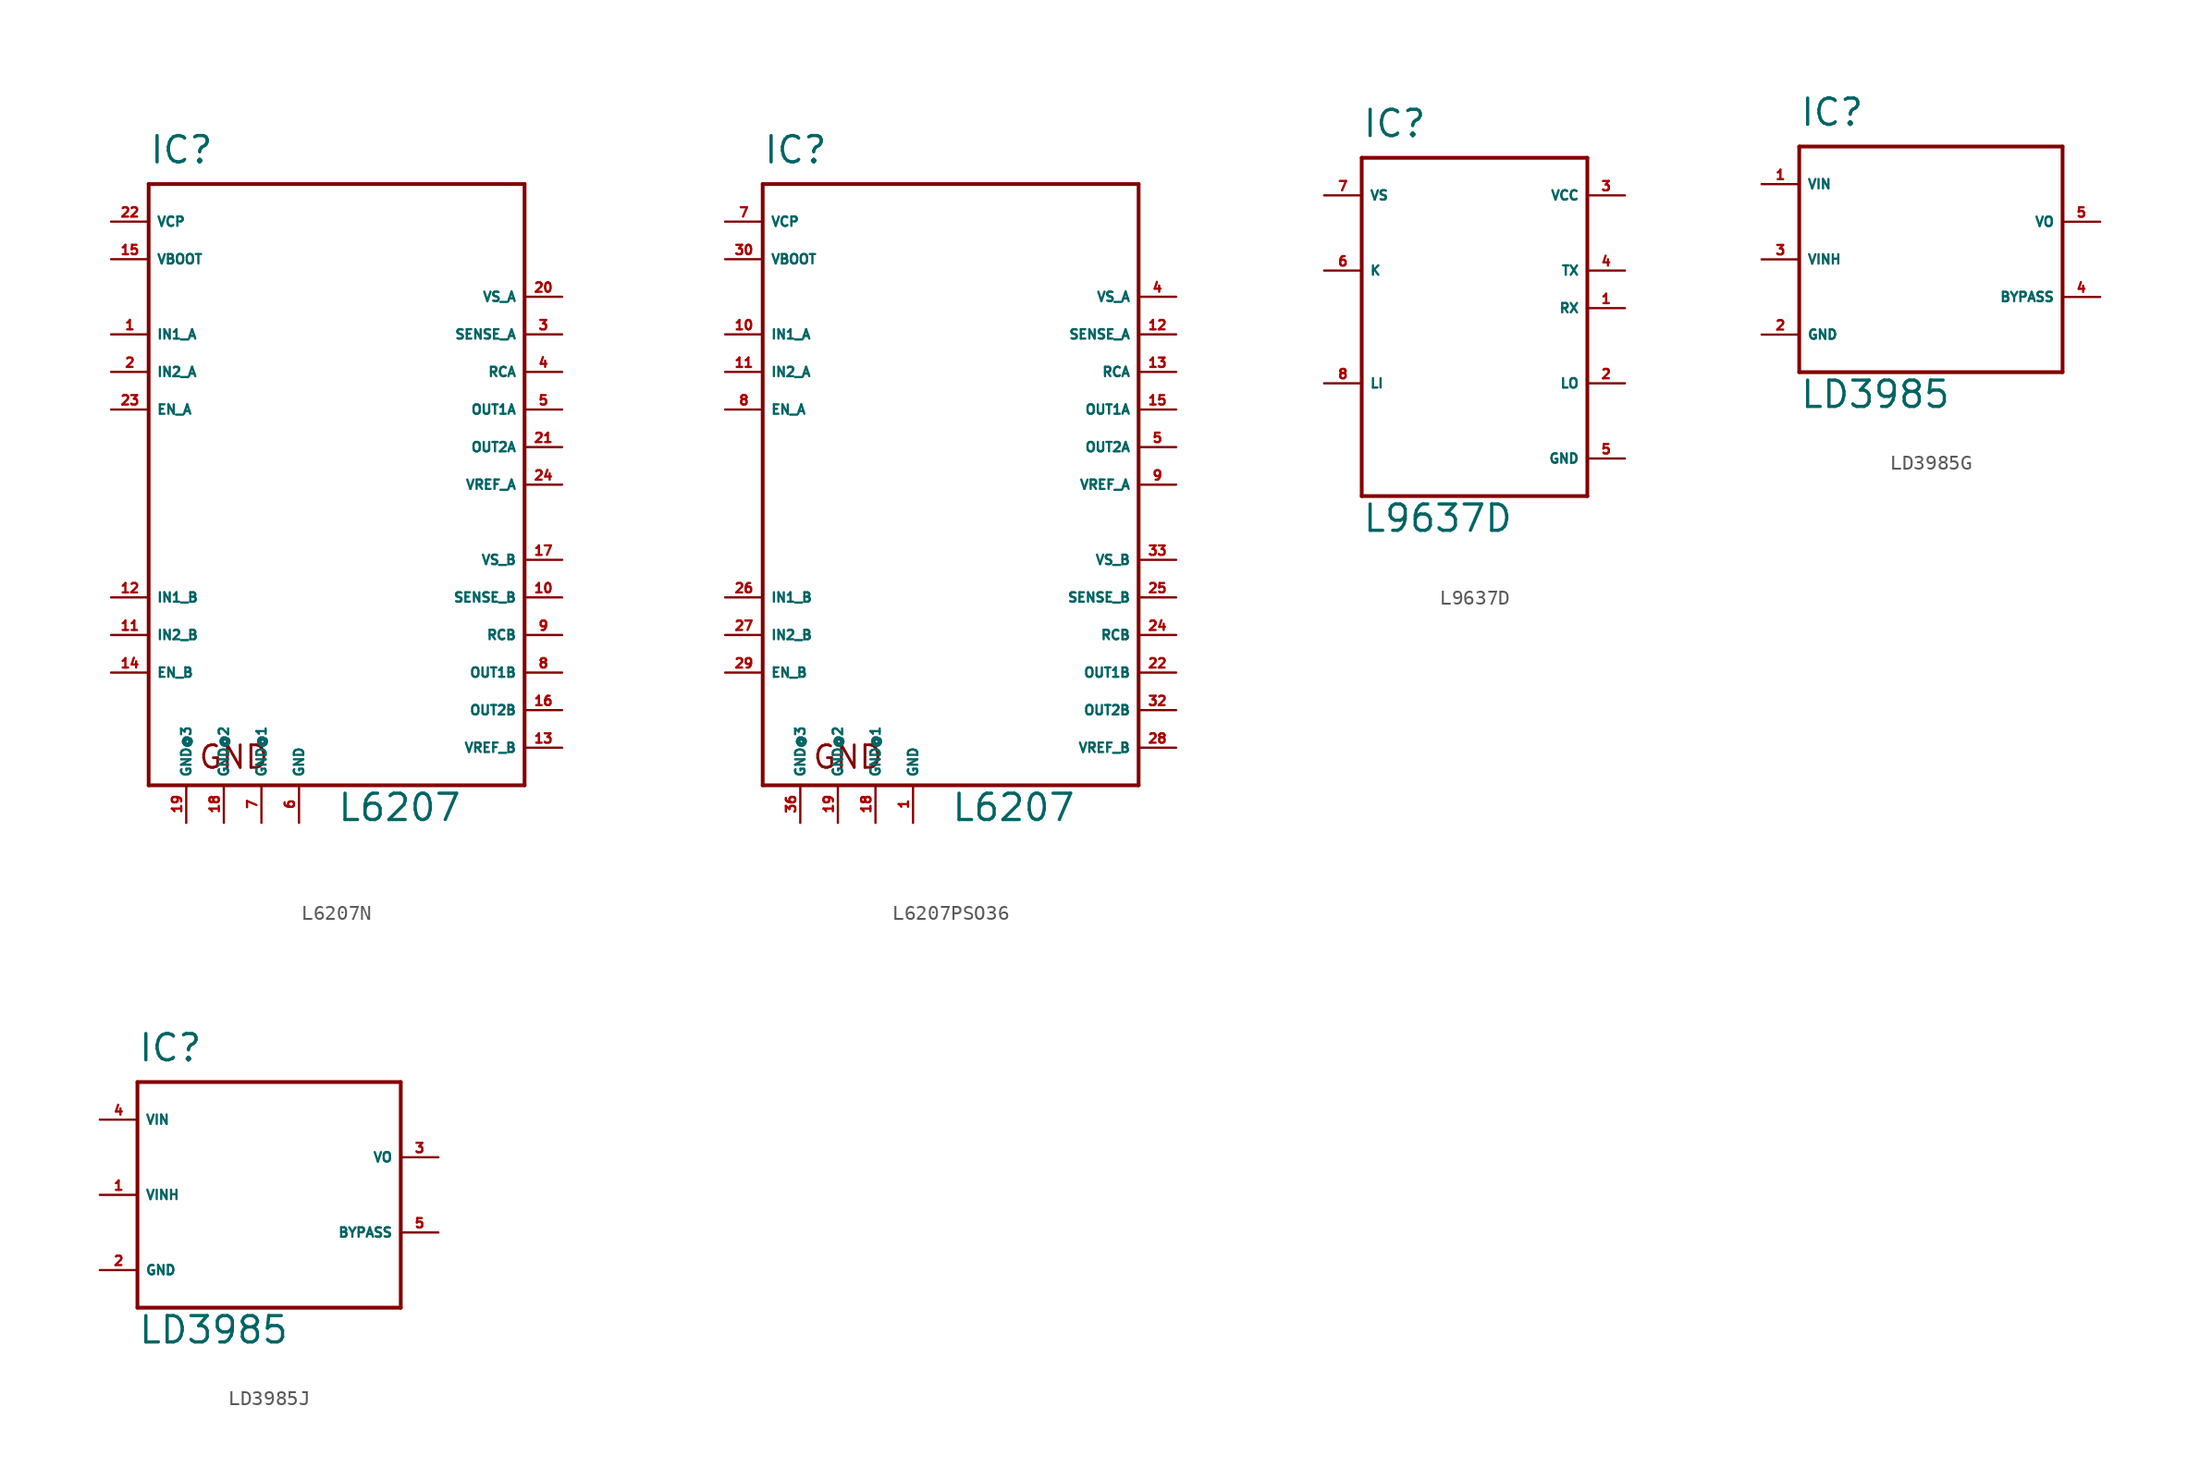
<source format=kicad_sym>
(kicad_symbol_lib
  (version 20220914)
  (generator Eagle2Kicad)
  (symbol "L6207N"
    (property "Reference" "IC"
      (at -12.7 21.59 0)
      (effects (font (size 1.778 1.778) (thickness 0.22)) (justify left bottom)))
    (property "Value" "L6207"
      (at 0 -22.86 0)
      (effects (font (size 1.778 1.778) (thickness 0.22)) (justify left bottom)))
    (polyline
      (pts (xy -12.7 20.32) (xy 12.7 20.32))
      (stroke (width 0.254) (type default))
      (fill (type none)))
    (polyline
      (pts (xy 12.7 20.32) (xy 12.7 -20.32))
      (stroke (width 0.254) (type default))
      (fill (type none)))
    (polyline
      (pts (xy 12.7 -20.32) (xy -12.7 -20.32))
      (stroke (width 0.254) (type default))
      (fill (type none)))
    (polyline
      (pts (xy -12.7 -20.32) (xy -12.7 20.32))
      (stroke (width 0.254) (type default))
      (fill (type none)))
    (text "GND"
      (at -9.398 -19.304 0)
      (effects (font (size 1.524 1.524) (thickness 0.19)) (justify left bottom)))
    (pin output line
      (at 15.24 2.54 180)
      (length 2.54)
      (name "OUT2A" (effects (font (size 0.635 0.635) (thickness 0.08)) (justify left bottom)))
      (number "21" (effects (font (size 0.635 0.635) (thickness 0.08)) (justify left bottom))))
    (pin unspecified line
      (at -15.24 17.78 0)
      (length 2.54)
      (name "VCP" (effects (font (size 0.635 0.635) (thickness 0.08)) (justify left bottom)))
      (number "22" (effects (font (size 0.635 0.635) (thickness 0.08)) (justify left bottom))))
    (pin unspecified line
      (at 15.24 12.7 180)
      (length 2.54)
      (name "VS_A" (effects (font (size 0.635 0.635) (thickness 0.08)) (justify left bottom)))
      (number "20" (effects (font (size 0.635 0.635) (thickness 0.08)) (justify left bottom))))
    (pin unspecified line
      (at -2.54 -22.86 90)
      (length 2.54)
      (name "GND" (effects (font (size 0.635 0.635) (thickness 0.08)) (justify left bottom)))
      (number "6" (effects (font (size 0.635 0.635) (thickness 0.08)) (justify left bottom))))
    (pin input line
      (at -15.24 7.62 0)
      (length 2.54)
      (name "IN2_A" (effects (font (size 0.635 0.635) (thickness 0.08)) (justify left bottom)))
      (number "2" (effects (font (size 0.635 0.635) (thickness 0.08)) (justify left bottom))))
    (pin input line
      (at -15.24 5.08 0)
      (length 2.54)
      (name "EN_A" (effects (font (size 0.635 0.635) (thickness 0.08)) (justify left bottom)))
      (number "23" (effects (font (size 0.635 0.635) (thickness 0.08)) (justify left bottom))))
    (pin input line
      (at -15.24 10.16 0)
      (length 2.54)
      (name "IN1_A" (effects (font (size 0.635 0.635) (thickness 0.08)) (justify left bottom)))
      (number "1" (effects (font (size 0.635 0.635) (thickness 0.08)) (justify left bottom))))
    (pin output line
      (at 15.24 5.08 180)
      (length 2.54)
      (name "OUT1A" (effects (font (size 0.635 0.635) (thickness 0.08)) (justify left bottom)))
      (number "5" (effects (font (size 0.635 0.635) (thickness 0.08)) (justify left bottom))))
    (pin input line
      (at 15.24 -7.62 180)
      (length 2.54)
      (name "SENSE_B" (effects (font (size 0.635 0.635) (thickness 0.08)) (justify left bottom)))
      (number "10" (effects (font (size 0.635 0.635) (thickness 0.08)) (justify left bottom))))
    (pin unspecified line
      (at -5.08 -22.86 90)
      (length 2.54)
      (name "GND@1" (effects (font (size 0.635 0.635) (thickness 0.08)) (justify left bottom)))
      (number "7" (effects (font (size 0.635 0.635) (thickness 0.08)) (justify left bottom))))
    (pin unspecified line
      (at -7.62 -22.86 90)
      (length 2.54)
      (name "GND@2" (effects (font (size 0.635 0.635) (thickness 0.08)) (justify left bottom)))
      (number "18" (effects (font (size 0.635 0.635) (thickness 0.08)) (justify left bottom))))
    (pin unspecified line
      (at -10.16 -22.86 90)
      (length 2.54)
      (name "GND@3" (effects (font (size 0.635 0.635) (thickness 0.08)) (justify left bottom)))
      (number "19" (effects (font (size 0.635 0.635) (thickness 0.08)) (justify left bottom))))
    (pin input line
      (at -15.24 -7.62 0)
      (length 2.54)
      (name "IN1_B" (effects (font (size 0.635 0.635) (thickness 0.08)) (justify left bottom)))
      (number "12" (effects (font (size 0.635 0.635) (thickness 0.08)) (justify left bottom))))
    (pin input line
      (at -15.24 -10.16 0)
      (length 2.54)
      (name "IN2_B" (effects (font (size 0.635 0.635) (thickness 0.08)) (justify left bottom)))
      (number "11" (effects (font (size 0.635 0.635) (thickness 0.08)) (justify left bottom))))
    (pin input line
      (at -15.24 -12.7 0)
      (length 2.54)
      (name "EN_B" (effects (font (size 0.635 0.635) (thickness 0.08)) (justify left bottom)))
      (number "14" (effects (font (size 0.635 0.635) (thickness 0.08)) (justify left bottom))))
    (pin output line
      (at 15.24 -12.7 180)
      (length 2.54)
      (name "OUT1B" (effects (font (size 0.635 0.635) (thickness 0.08)) (justify left bottom)))
      (number "8" (effects (font (size 0.635 0.635) (thickness 0.08)) (justify left bottom))))
    (pin output line
      (at 15.24 -15.24 180)
      (length 2.54)
      (name "OUT2B" (effects (font (size 0.635 0.635) (thickness 0.08)) (justify left bottom)))
      (number "16" (effects (font (size 0.635 0.635) (thickness 0.08)) (justify left bottom))))
    (pin unspecified line
      (at 15.24 -5.08 180)
      (length 2.54)
      (name "VS_B" (effects (font (size 0.635 0.635) (thickness 0.08)) (justify left bottom)))
      (number "17" (effects (font (size 0.635 0.635) (thickness 0.08)) (justify left bottom))))
    (pin input line
      (at 15.24 10.16 180)
      (length 2.54)
      (name "SENSE_A" (effects (font (size 0.635 0.635) (thickness 0.08)) (justify left bottom)))
      (number "3" (effects (font (size 0.635 0.635) (thickness 0.08)) (justify left bottom))))
    (pin unspecified line
      (at -15.24 15.24 0)
      (length 2.54)
      (name "VBOOT" (effects (font (size 0.635 0.635) (thickness 0.08)) (justify left bottom)))
      (number "15" (effects (font (size 0.635 0.635) (thickness 0.08)) (justify left bottom))))
    (pin input line
      (at 15.24 7.62 180)
      (length 2.54)
      (name "RCA" (effects (font (size 0.635 0.635) (thickness 0.08)) (justify left bottom)))
      (number "4" (effects (font (size 0.635 0.635) (thickness 0.08)) (justify left bottom))))
    (pin input line
      (at 15.24 -10.16 180)
      (length 2.54)
      (name "RCB" (effects (font (size 0.635 0.635) (thickness 0.08)) (justify left bottom)))
      (number "9" (effects (font (size 0.635 0.635) (thickness 0.08)) (justify left bottom))))
    (pin input line
      (at 15.24 0 180)
      (length 2.54)
      (name "VREF_A" (effects (font (size 0.635 0.635) (thickness 0.08)) (justify left bottom)))
      (number "24" (effects (font (size 0.635 0.635) (thickness 0.08)) (justify left bottom))))
    (pin input line
      (at 15.24 -17.78 180)
      (length 2.54)
      (name "VREF_B" (effects (font (size 0.635 0.635) (thickness 0.08)) (justify left bottom)))
      (number "13" (effects (font (size 0.635 0.635) (thickness 0.08)) (justify left bottom)))))
  (symbol "L6207PSO36"
    (property "Reference" "IC"
      (at -12.7 21.59 0)
      (effects (font (size 1.778 1.778) (thickness 0.22)) (justify left bottom)))
    (property "Value" "L6207"
      (at 0 -22.86 0)
      (effects (font (size 1.778 1.778) (thickness 0.22)) (justify left bottom)))
    (polyline
      (pts (xy -12.7 20.32) (xy 12.7 20.32))
      (stroke (width 0.254) (type default))
      (fill (type none)))
    (polyline
      (pts (xy 12.7 20.32) (xy 12.7 -20.32))
      (stroke (width 0.254) (type default))
      (fill (type none)))
    (polyline
      (pts (xy 12.7 -20.32) (xy -12.7 -20.32))
      (stroke (width 0.254) (type default))
      (fill (type none)))
    (polyline
      (pts (xy -12.7 -20.32) (xy -12.7 20.32))
      (stroke (width 0.254) (type default))
      (fill (type none)))
    (text "GND"
      (at -9.398 -19.304 0)
      (effects (font (size 1.524 1.524) (thickness 0.19)) (justify left bottom)))
    (pin output line
      (at 15.24 2.54 180)
      (length 2.54)
      (name "OUT2A" (effects (font (size 0.635 0.635) (thickness 0.08)) (justify left bottom)))
      (number "5" (effects (font (size 0.635 0.635) (thickness 0.08)) (justify left bottom))))
    (pin unspecified line
      (at -15.24 17.78 0)
      (length 2.54)
      (name "VCP" (effects (font (size 0.635 0.635) (thickness 0.08)) (justify left bottom)))
      (number "7" (effects (font (size 0.635 0.635) (thickness 0.08)) (justify left bottom))))
    (pin unspecified line
      (at 15.24 12.7 180)
      (length 2.54)
      (name "VS_A" (effects (font (size 0.635 0.635) (thickness 0.08)) (justify left bottom)))
      (number "4" (effects (font (size 0.635 0.635) (thickness 0.08)) (justify left bottom))))
    (pin unspecified line
      (at -2.54 -22.86 90)
      (length 2.54)
      (name "GND" (effects (font (size 0.635 0.635) (thickness 0.08)) (justify left bottom)))
      (number "1" (effects (font (size 0.635 0.635) (thickness 0.08)) (justify left bottom))))
    (pin input line
      (at -15.24 7.62 0)
      (length 2.54)
      (name "IN2_A" (effects (font (size 0.635 0.635) (thickness 0.08)) (justify left bottom)))
      (number "11" (effects (font (size 0.635 0.635) (thickness 0.08)) (justify left bottom))))
    (pin input line
      (at -15.24 5.08 0)
      (length 2.54)
      (name "EN_A" (effects (font (size 0.635 0.635) (thickness 0.08)) (justify left bottom)))
      (number "8" (effects (font (size 0.635 0.635) (thickness 0.08)) (justify left bottom))))
    (pin input line
      (at -15.24 10.16 0)
      (length 2.54)
      (name "IN1_A" (effects (font (size 0.635 0.635) (thickness 0.08)) (justify left bottom)))
      (number "10" (effects (font (size 0.635 0.635) (thickness 0.08)) (justify left bottom))))
    (pin output line
      (at 15.24 5.08 180)
      (length 2.54)
      (name "OUT1A" (effects (font (size 0.635 0.635) (thickness 0.08)) (justify left bottom)))
      (number "15" (effects (font (size 0.635 0.635) (thickness 0.08)) (justify left bottom))))
    (pin input line
      (at 15.24 -7.62 180)
      (length 2.54)
      (name "SENSE_B" (effects (font (size 0.635 0.635) (thickness 0.08)) (justify left bottom)))
      (number "25" (effects (font (size 0.635 0.635) (thickness 0.08)) (justify left bottom))))
    (pin unspecified line
      (at -5.08 -22.86 90)
      (length 2.54)
      (name "GND@1" (effects (font (size 0.635 0.635) (thickness 0.08)) (justify left bottom)))
      (number "18" (effects (font (size 0.635 0.635) (thickness 0.08)) (justify left bottom))))
    (pin unspecified line
      (at -7.62 -22.86 90)
      (length 2.54)
      (name "GND@2" (effects (font (size 0.635 0.635) (thickness 0.08)) (justify left bottom)))
      (number "19" (effects (font (size 0.635 0.635) (thickness 0.08)) (justify left bottom))))
    (pin unspecified line
      (at -10.16 -22.86 90)
      (length 2.54)
      (name "GND@3" (effects (font (size 0.635 0.635) (thickness 0.08)) (justify left bottom)))
      (number "36" (effects (font (size 0.635 0.635) (thickness 0.08)) (justify left bottom))))
    (pin input line
      (at -15.24 -7.62 0)
      (length 2.54)
      (name "IN1_B" (effects (font (size 0.635 0.635) (thickness 0.08)) (justify left bottom)))
      (number "26" (effects (font (size 0.635 0.635) (thickness 0.08)) (justify left bottom))))
    (pin input line
      (at -15.24 -10.16 0)
      (length 2.54)
      (name "IN2_B" (effects (font (size 0.635 0.635) (thickness 0.08)) (justify left bottom)))
      (number "27" (effects (font (size 0.635 0.635) (thickness 0.08)) (justify left bottom))))
    (pin input line
      (at -15.24 -12.7 0)
      (length 2.54)
      (name "EN_B" (effects (font (size 0.635 0.635) (thickness 0.08)) (justify left bottom)))
      (number "29" (effects (font (size 0.635 0.635) (thickness 0.08)) (justify left bottom))))
    (pin output line
      (at 15.24 -12.7 180)
      (length 2.54)
      (name "OUT1B" (effects (font (size 0.635 0.635) (thickness 0.08)) (justify left bottom)))
      (number "22" (effects (font (size 0.635 0.635) (thickness 0.08)) (justify left bottom))))
    (pin output line
      (at 15.24 -15.24 180)
      (length 2.54)
      (name "OUT2B" (effects (font (size 0.635 0.635) (thickness 0.08)) (justify left bottom)))
      (number "32" (effects (font (size 0.635 0.635) (thickness 0.08)) (justify left bottom))))
    (pin unspecified line
      (at 15.24 -5.08 180)
      (length 2.54)
      (name "VS_B" (effects (font (size 0.635 0.635) (thickness 0.08)) (justify left bottom)))
      (number "33" (effects (font (size 0.635 0.635) (thickness 0.08)) (justify left bottom))))
    (pin input line
      (at 15.24 10.16 180)
      (length 2.54)
      (name "SENSE_A" (effects (font (size 0.635 0.635) (thickness 0.08)) (justify left bottom)))
      (number "12" (effects (font (size 0.635 0.635) (thickness 0.08)) (justify left bottom))))
    (pin unspecified line
      (at -15.24 15.24 0)
      (length 2.54)
      (name "VBOOT" (effects (font (size 0.635 0.635) (thickness 0.08)) (justify left bottom)))
      (number "30" (effects (font (size 0.635 0.635) (thickness 0.08)) (justify left bottom))))
    (pin input line
      (at 15.24 7.62 180)
      (length 2.54)
      (name "RCA" (effects (font (size 0.635 0.635) (thickness 0.08)) (justify left bottom)))
      (number "13" (effects (font (size 0.635 0.635) (thickness 0.08)) (justify left bottom))))
    (pin input line
      (at 15.24 -10.16 180)
      (length 2.54)
      (name "RCB" (effects (font (size 0.635 0.635) (thickness 0.08)) (justify left bottom)))
      (number "24" (effects (font (size 0.635 0.635) (thickness 0.08)) (justify left bottom))))
    (pin input line
      (at 15.24 0 180)
      (length 2.54)
      (name "VREF_A" (effects (font (size 0.635 0.635) (thickness 0.08)) (justify left bottom)))
      (number "9" (effects (font (size 0.635 0.635) (thickness 0.08)) (justify left bottom))))
    (pin input line
      (at 15.24 -17.78 180)
      (length 2.54)
      (name "VREF_B" (effects (font (size 0.635 0.635) (thickness 0.08)) (justify left bottom)))
      (number "28" (effects (font (size 0.635 0.635) (thickness 0.08)) (justify left bottom)))))
  (symbol "L9637D"
    (property "Reference" "IC"
      (at -7.62 13.97 0)
      (effects (font (size 1.778 1.778) (thickness 0.22)) (justify left bottom)))
    (property "Value" "L9637D"
      (at -7.62 -12.7 0)
      (effects (font (size 1.778 1.778) (thickness 0.22)) (justify left bottom)))
    (polyline
      (pts (xy -7.62 12.7) (xy 7.62 12.7))
      (stroke (width 0.254) (type default))
      (fill (type none)))
    (polyline
      (pts (xy 7.62 12.7) (xy 7.62 -10.16))
      (stroke (width 0.254) (type default))
      (fill (type none)))
    (polyline
      (pts (xy 7.62 -10.16) (xy -7.62 -10.16))
      (stroke (width 0.254) (type default))
      (fill (type none)))
    (polyline
      (pts (xy -7.62 -10.16) (xy -7.62 12.7))
      (stroke (width 0.254) (type default))
      (fill (type none)))
    (pin unspecified line
      (at -10.16 10.16 0)
      (length 2.54)
      (name "VS" (effects (font (size 0.635 0.635) (thickness 0.08)) (justify left bottom)))
      (number "7" (effects (font (size 0.635 0.635) (thickness 0.08)) (justify left bottom))))
    (pin unspecified line
      (at 10.16 10.16 180)
      (length 2.54)
      (name "VCC" (effects (font (size 0.635 0.635) (thickness 0.08)) (justify left bottom)))
      (number "3" (effects (font (size 0.635 0.635) (thickness 0.08)) (justify left bottom))))
    (pin unspecified line
      (at 10.16 -7.62 180)
      (length 2.54)
      (name "GND" (effects (font (size 0.635 0.635) (thickness 0.08)) (justify left bottom)))
      (number "5" (effects (font (size 0.635 0.635) (thickness 0.08)) (justify left bottom))))
    (pin input line
      (at -10.16 5.08 0)
      (length 2.54)
      (name "K" (effects (font (size 0.635 0.635) (thickness 0.08)) (justify left bottom)))
      (number "6" (effects (font (size 0.635 0.635) (thickness 0.08)) (justify left bottom))))
    (pin input line
      (at -10.16 -2.54 0)
      (length 2.54)
      (name "LI" (effects (font (size 0.635 0.635) (thickness 0.08)) (justify left bottom)))
      (number "8" (effects (font (size 0.635 0.635) (thickness 0.08)) (justify left bottom))))
    (pin input line
      (at 10.16 5.08 180)
      (length 2.54)
      (name "TX" (effects (font (size 0.635 0.635) (thickness 0.08)) (justify left bottom)))
      (number "4" (effects (font (size 0.635 0.635) (thickness 0.08)) (justify left bottom))))
    (pin output line
      (at 10.16 2.54 180)
      (length 2.54)
      (name "RX" (effects (font (size 0.635 0.635) (thickness 0.08)) (justify left bottom)))
      (number "1" (effects (font (size 0.635 0.635) (thickness 0.08)) (justify left bottom))))
    (pin output line
      (at 10.16 -2.54 180)
      (length 2.54)
      (name "LO" (effects (font (size 0.635 0.635) (thickness 0.08)) (justify left bottom)))
      (number "2" (effects (font (size 0.635 0.635) (thickness 0.08)) (justify left bottom)))))
  (symbol "LD3985G"
    (property "Reference" "IC"
      (at -10.16 8.89 0)
      (effects (font (size 1.778 1.778) (thickness 0.22)) (justify left bottom)))
    (property "Value" "LD3985"
      (at -10.16 -10.16 0)
      (effects (font (size 1.778 1.778) (thickness 0.22)) (justify left bottom)))
    (polyline
      (pts (xy -10.16 7.62) (xy 7.62 7.62))
      (stroke (width 0.254) (type default))
      (fill (type none)))
    (polyline
      (pts (xy 7.62 7.62) (xy 7.62 -7.62))
      (stroke (width 0.254) (type default))
      (fill (type none)))
    (polyline
      (pts (xy 7.62 -7.62) (xy -10.16 -7.62))
      (stroke (width 0.254) (type default))
      (fill (type none)))
    (polyline
      (pts (xy -10.16 -7.62) (xy -10.16 7.62))
      (stroke (width 0.254) (type default))
      (fill (type none)))
    (pin input line
      (at -12.7 5.08 0)
      (length 2.54)
      (name "VIN" (effects (font (size 0.635 0.635) (thickness 0.08)) (justify left bottom)))
      (number "1" (effects (font (size 0.635 0.635) (thickness 0.08)) (justify left bottom))))
    (pin input line
      (at -12.7 0 0)
      (length 2.54)
      (name "VINH" (effects (font (size 0.635 0.635) (thickness 0.08)) (justify left bottom)))
      (number "3" (effects (font (size 0.635 0.635) (thickness 0.08)) (justify left bottom))))
    (pin passive line
      (at 10.16 -2.54 180)
      (length 2.54)
      (name "BYPASS" (effects (font (size 0.635 0.635) (thickness 0.08)) (justify left bottom)))
      (number "4" (effects (font (size 0.635 0.635) (thickness 0.08)) (justify left bottom))))
    (pin unspecified line
      (at -12.7 -5.08 0)
      (length 2.54)
      (name "GND" (effects (font (size 0.635 0.635) (thickness 0.08)) (justify left bottom)))
      (number "2" (effects (font (size 0.635 0.635) (thickness 0.08)) (justify left bottom))))
    (pin output line
      (at 10.16 2.54 180)
      (length 2.54)
      (name "VO" (effects (font (size 0.635 0.635) (thickness 0.08)) (justify left bottom)))
      (number "5" (effects (font (size 0.635 0.635) (thickness 0.08)) (justify left bottom)))))
  (symbol "LD3985J"
    (property "Reference" "IC"
      (at -10.16 8.89 0)
      (effects (font (size 1.778 1.778) (thickness 0.22)) (justify left bottom)))
    (property "Value" "LD3985"
      (at -10.16 -10.16 0)
      (effects (font (size 1.778 1.778) (thickness 0.22)) (justify left bottom)))
    (polyline
      (pts (xy -10.16 7.62) (xy 7.62 7.62))
      (stroke (width 0.254) (type default))
      (fill (type none)))
    (polyline
      (pts (xy 7.62 7.62) (xy 7.62 -7.62))
      (stroke (width 0.254) (type default))
      (fill (type none)))
    (polyline
      (pts (xy 7.62 -7.62) (xy -10.16 -7.62))
      (stroke (width 0.254) (type default))
      (fill (type none)))
    (polyline
      (pts (xy -10.16 -7.62) (xy -10.16 7.62))
      (stroke (width 0.254) (type default))
      (fill (type none)))
    (pin input line
      (at -12.7 5.08 0)
      (length 2.54)
      (name "VIN" (effects (font (size 0.635 0.635) (thickness 0.08)) (justify left bottom)))
      (number "4" (effects (font (size 0.635 0.635) (thickness 0.08)) (justify left bottom))))
    (pin input line
      (at -12.7 0 0)
      (length 2.54)
      (name "VINH" (effects (font (size 0.635 0.635) (thickness 0.08)) (justify left bottom)))
      (number "1" (effects (font (size 0.635 0.635) (thickness 0.08)) (justify left bottom))))
    (pin passive line
      (at 10.16 -2.54 180)
      (length 2.54)
      (name "BYPASS" (effects (font (size 0.635 0.635) (thickness 0.08)) (justify left bottom)))
      (number "5" (effects (font (size 0.635 0.635) (thickness 0.08)) (justify left bottom))))
    (pin unspecified line
      (at -12.7 -5.08 0)
      (length 2.54)
      (name "GND" (effects (font (size 0.635 0.635) (thickness 0.08)) (justify left bottom)))
      (number "2" (effects (font (size 0.635 0.635) (thickness 0.08)) (justify left bottom))))
    (pin output line
      (at 10.16 2.54 180)
      (length 2.54)
      (name "VO" (effects (font (size 0.635 0.635) (thickness 0.08)) (justify left bottom)))
      (number "3" (effects (font (size 0.635 0.635) (thickness 0.08)) (justify left bottom))))))
</source>
